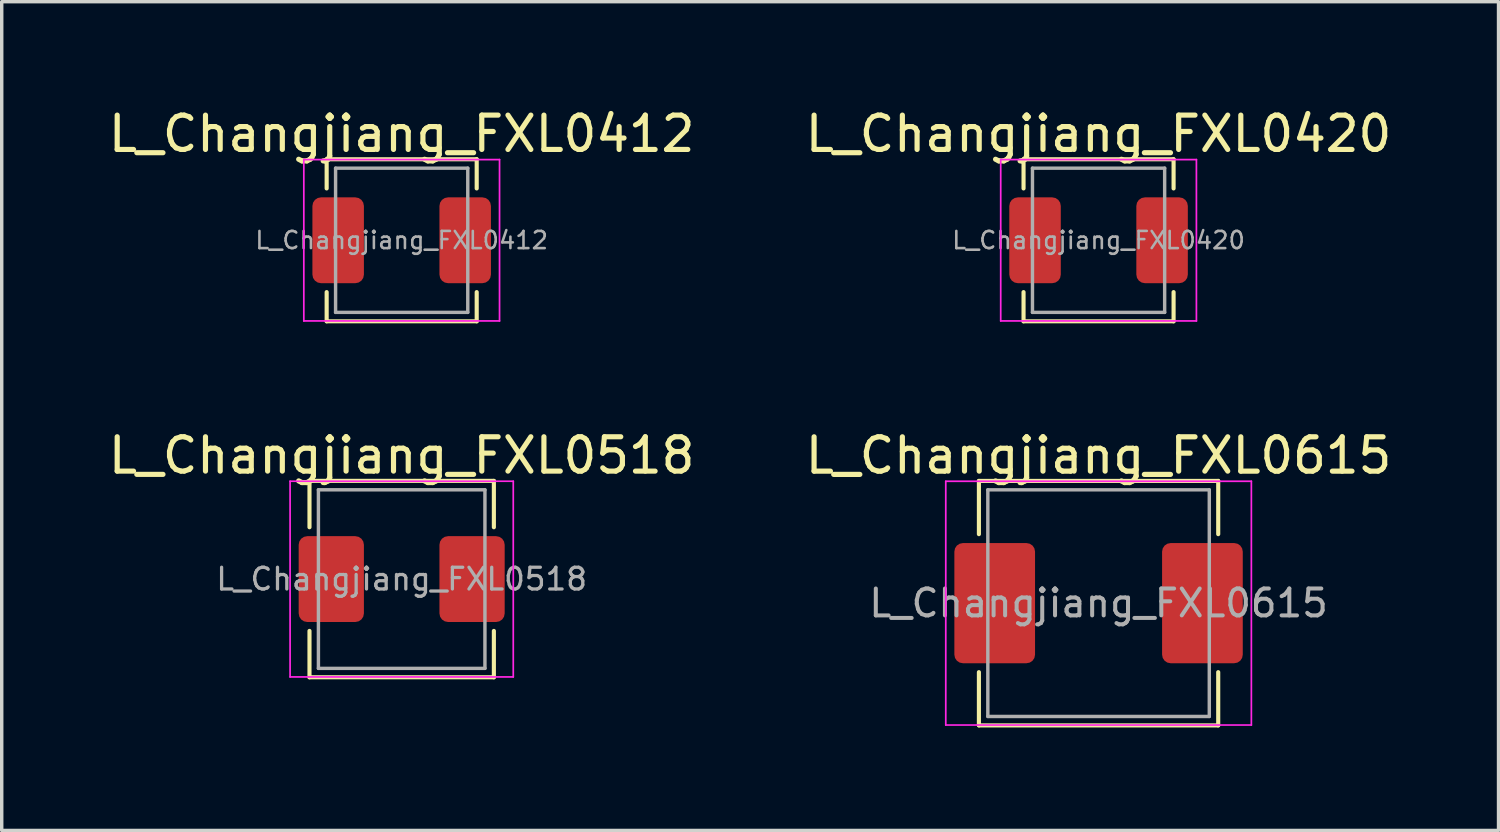
<source format=kicad_pcb>
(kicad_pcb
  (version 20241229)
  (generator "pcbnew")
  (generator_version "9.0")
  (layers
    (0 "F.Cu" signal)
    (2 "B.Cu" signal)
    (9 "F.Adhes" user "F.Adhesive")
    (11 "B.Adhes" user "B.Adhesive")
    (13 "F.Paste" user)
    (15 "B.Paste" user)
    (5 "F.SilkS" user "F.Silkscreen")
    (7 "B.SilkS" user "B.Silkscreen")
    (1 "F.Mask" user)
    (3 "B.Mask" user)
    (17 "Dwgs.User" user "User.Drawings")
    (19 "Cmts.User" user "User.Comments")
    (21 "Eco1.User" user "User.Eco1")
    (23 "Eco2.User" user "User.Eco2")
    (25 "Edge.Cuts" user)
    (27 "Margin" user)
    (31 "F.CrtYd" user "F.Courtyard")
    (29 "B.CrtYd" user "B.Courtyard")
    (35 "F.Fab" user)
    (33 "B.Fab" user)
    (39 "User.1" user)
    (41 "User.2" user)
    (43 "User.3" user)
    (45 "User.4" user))
  (footprint "L_Changjiang_FXL0412"
    (layer "F.Cu")
    (at 8.649 3.948)
    (property "Reference" "L_Changjiang_FXL0412" (at 0 -3.1 0) (layer "F.SilkS") (effects (font (size 1 1) (thickness 0.15))))
    (attr smd)
    (fp_line (start -2.185 -2.36) (end -2.185 -1.51) (stroke (width 0.12) (type solid)) (layer "F.SilkS"))
    (fp_line (start -2.185 -2.36) (end 2.185 -2.36) (stroke (width 0.12) (type solid)) (layer "F.SilkS"))
    (fp_line (start -2.185 2.36) (end -2.185 1.51) (stroke (width 0.12) (type solid)) (layer "F.SilkS"))
    (fp_line (start -2.185 2.36) (end 2.185 2.36) (stroke (width 0.12) (type solid)) (layer "F.SilkS"))
    (fp_line (start 2.185 -2.36) (end 2.185 -1.51) (stroke (width 0.12) (type solid)) (layer "F.SilkS"))
    (fp_line (start 2.185 2.36) (end 2.185 1.51) (stroke (width 0.12) (type solid)) (layer "F.SilkS"))
    (fp_line (start -2.85 -2.35) (end -2.85 2.35) (stroke (width 0.05) (type solid)) (layer "F.CrtYd"))
    (fp_line (start -2.85 2.35) (end 2.85 2.35) (stroke (width 0.05) (type solid)) (layer "F.CrtYd"))
    (fp_line (start 2.85 -2.35) (end -2.85 -2.35) (stroke (width 0.05) (type solid)) (layer "F.CrtYd"))
    (fp_line (start 2.85 2.35) (end 2.85 -2.35) (stroke (width 0.05) (type solid)) (layer "F.CrtYd"))
    (fp_line (start -1.925 -2.1) (end -1.925 2.1) (stroke (width 0.1) (type solid)) (layer "F.Fab"))
    (fp_line (start -1.925 2.1) (end 1.925 2.1) (stroke (width 0.1) (type solid)) (layer "F.Fab"))
    (fp_line (start 1.925 -2.1) (end -1.925 -2.1) (stroke (width 0.1) (type solid)) (layer "F.Fab"))
    (fp_line (start 1.925 2.1) (end 1.925 -2.1) (stroke (width 0.1) (type solid)) (layer "F.Fab"))
    (fp_text user "${REFERENCE}" (at 0 0 0) (layer "F.Fab") (effects (font (size 0.5 0.5) (thickness 0.075))))
    (pad "1" smd roundrect (at -1.85 0) (size 1.5 2.5) (layers "F.Cu" "F.Mask" "F.Paste") (roundrect_rratio 0.167))
    (pad "2" smd roundrect (at 1.85 0) (size 1.5 2.5) (layers "F.Cu" "F.Mask" "F.Paste") (roundrect_rratio 0.167)))
  (footprint "L_Changjiang_FXL0420"
    (layer "F.Cu")
    (at 28.946 3.948)
    (property "Reference" "L_Changjiang_FXL0420" (at 0 -3.1 0) (layer "F.SilkS") (effects (font (size 1 1) (thickness 0.15))))
    (attr smd)
    (fp_line (start -2.185 -2.36) (end -2.185 -1.51) (stroke (width 0.12) (type solid)) (layer "F.SilkS"))
    (fp_line (start -2.185 -2.36) (end 2.185 -2.36) (stroke (width 0.12) (type solid)) (layer "F.SilkS"))
    (fp_line (start -2.185 2.36) (end -2.185 1.51) (stroke (width 0.12) (type solid)) (layer "F.SilkS"))
    (fp_line (start -2.185 2.36) (end 2.185 2.36) (stroke (width 0.12) (type solid)) (layer "F.SilkS"))
    (fp_line (start 2.185 -2.36) (end 2.185 -1.51) (stroke (width 0.12) (type solid)) (layer "F.SilkS"))
    (fp_line (start 2.185 2.36) (end 2.185 1.51) (stroke (width 0.12) (type solid)) (layer "F.SilkS"))
    (fp_line (start -2.85 -2.35) (end -2.85 2.35) (stroke (width 0.05) (type solid)) (layer "F.CrtYd"))
    (fp_line (start -2.85 2.35) (end 2.85 2.35) (stroke (width 0.05) (type solid)) (layer "F.CrtYd"))
    (fp_line (start 2.85 -2.35) (end -2.85 -2.35) (stroke (width 0.05) (type solid)) (layer "F.CrtYd"))
    (fp_line (start 2.85 2.35) (end 2.85 -2.35) (stroke (width 0.05) (type solid)) (layer "F.CrtYd"))
    (fp_line (start -1.925 -2.1) (end -1.925 2.1) (stroke (width 0.1) (type solid)) (layer "F.Fab"))
    (fp_line (start -1.925 2.1) (end 1.925 2.1) (stroke (width 0.1) (type solid)) (layer "F.Fab"))
    (fp_line (start 1.925 -2.1) (end -1.925 -2.1) (stroke (width 0.1) (type solid)) (layer "F.Fab"))
    (fp_line (start 1.925 2.1) (end 1.925 -2.1) (stroke (width 0.1) (type solid)) (layer "F.Fab"))
    (fp_text user "${REFERENCE}" (at 0 0 0) (layer "F.Fab") (effects (font (size 0.5 0.5) (thickness 0.075))))
    (pad "1" smd roundrect (at -1.85 0) (size 1.5 2.5) (layers "F.Cu" "F.Mask" "F.Paste") (roundrect_rratio 0.167))
    (pad "2" smd roundrect (at 1.85 0) (size 1.5 2.5) (layers "F.Cu" "F.Mask" "F.Paste") (roundrect_rratio 0.167)))
  (footprint "L_Changjiang_FXL0615"
    (layer "F.Cu")
    (at 28.946 14.517)
    (property "Reference" "L_Changjiang_FXL0615" (at 0 -4.3 0) (layer "F.SilkS") (effects (font (size 1 1) (thickness 0.15))))
    (attr smd)
    (fp_line (start -3.485 -3.56) (end -3.485 -2.01) (stroke (width 0.12) (type solid)) (layer "F.SilkS"))
    (fp_line (start -3.485 -3.56) (end 3.485 -3.56) (stroke (width 0.12) (type solid)) (layer "F.SilkS"))
    (fp_line (start -3.485 3.56) (end -3.485 2.01) (stroke (width 0.12) (type solid)) (layer "F.SilkS"))
    (fp_line (start -3.485 3.56) (end 3.485 3.56) (stroke (width 0.12) (type solid)) (layer "F.SilkS"))
    (fp_line (start 3.485 -3.56) (end 3.485 -2.01) (stroke (width 0.12) (type solid)) (layer "F.SilkS"))
    (fp_line (start 3.485 3.56) (end 3.485 2.01) (stroke (width 0.12) (type solid)) (layer "F.SilkS"))
    (fp_line (start -4.45 -3.55) (end -4.45 3.55) (stroke (width 0.05) (type solid)) (layer "F.CrtYd"))
    (fp_line (start -4.45 3.55) (end 4.45 3.55) (stroke (width 0.05) (type solid)) (layer "F.CrtYd"))
    (fp_line (start 4.45 -3.55) (end -4.45 -3.55) (stroke (width 0.05) (type solid)) (layer "F.CrtYd"))
    (fp_line (start 4.45 3.55) (end 4.45 -3.55) (stroke (width 0.05) (type solid)) (layer "F.CrtYd"))
    (fp_line (start -3.225 -3.3) (end -3.225 3.3) (stroke (width 0.1) (type solid)) (layer "F.Fab"))
    (fp_line (start -3.225 3.3) (end 3.225 3.3) (stroke (width 0.1) (type solid)) (layer "F.Fab"))
    (fp_line (start 3.225 -3.3) (end -3.225 -3.3) (stroke (width 0.1) (type solid)) (layer "F.Fab"))
    (fp_line (start 3.225 3.3) (end 3.225 -3.3) (stroke (width 0.1) (type solid)) (layer "F.Fab"))
    (fp_text user "${REFERENCE}" (at 0 0 0) (layer "F.Fab") (effects (font (size 0.783 0.783) (thickness 0.117))))
    (pad "1" smd roundrect (at -3.025 0) (size 2.35 3.5) (layers "F.Cu" "F.Mask" "F.Paste") (roundrect_rratio 0.106))
    (pad "2" smd roundrect (at 3.025 0) (size 2.35 3.5) (layers "F.Cu" "F.Mask" "F.Paste") (roundrect_rratio 0.106)))
  (footprint "L_Changjiang_FXL0518"
    (layer "F.Cu")
    (at 8.649 13.816)
    (property "Reference" "L_Changjiang_FXL0518" (at 0 -3.6 0) (layer "F.SilkS") (effects (font (size 1 1) (thickness 0.15))))
    (attr smd)
    (fp_line (start -2.685 -2.86) (end -2.685 -1.51) (stroke (width 0.12) (type solid)) (layer "F.SilkS"))
    (fp_line (start -2.685 -2.86) (end 2.685 -2.86) (stroke (width 0.12) (type solid)) (layer "F.SilkS"))
    (fp_line (start -2.685 2.86) (end -2.685 1.51) (stroke (width 0.12) (type solid)) (layer "F.SilkS"))
    (fp_line (start -2.685 2.86) (end 2.685 2.86) (stroke (width 0.12) (type solid)) (layer "F.SilkS"))
    (fp_line (start 2.685 -2.86) (end 2.685 -1.51) (stroke (width 0.12) (type solid)) (layer "F.SilkS"))
    (fp_line (start 2.685 2.86) (end 2.685 1.51) (stroke (width 0.12) (type solid)) (layer "F.SilkS"))
    (fp_line (start -3.25 -2.85) (end -3.25 2.85) (stroke (width 0.05) (type solid)) (layer "F.CrtYd"))
    (fp_line (start -3.25 2.85) (end 3.25 2.85) (stroke (width 0.05) (type solid)) (layer "F.CrtYd"))
    (fp_line (start 3.25 -2.85) (end -3.25 -2.85) (stroke (width 0.05) (type solid)) (layer "F.CrtYd"))
    (fp_line (start 3.25 2.85) (end 3.25 -2.85) (stroke (width 0.05) (type solid)) (layer "F.CrtYd"))
    (fp_line (start -2.425 -2.6) (end -2.425 2.6) (stroke (width 0.1) (type solid)) (layer "F.Fab"))
    (fp_line (start -2.425 2.6) (end 2.425 2.6) (stroke (width 0.1) (type solid)) (layer "F.Fab"))
    (fp_line (start 2.425 -2.6) (end -2.425 -2.6) (stroke (width 0.1) (type solid)) (layer "F.Fab"))
    (fp_line (start 2.425 2.6) (end 2.425 -2.6) (stroke (width 0.1) (type solid)) (layer "F.Fab"))
    (fp_text user "${REFERENCE}" (at 0 0 0) (layer "F.Fab") (effects (font (size 0.633 0.633) (thickness 0.095))))
    (pad "1" smd roundrect (at -2.05 0) (size 1.9 2.5) (layers "F.Cu" "F.Mask" "F.Paste") (roundrect_rratio 0.132))
    (pad "2" smd roundrect (at 2.05 0) (size 1.9 2.5) (layers "F.Cu" "F.Mask" "F.Paste") (roundrect_rratio 0.132)))
  (gr_rect
    (start -3 -3)
    (end 40.595 21.137)
    (stroke (width 0.1) (type default))
    (fill no)
    (layer "Edge.Cuts")))
</source>
